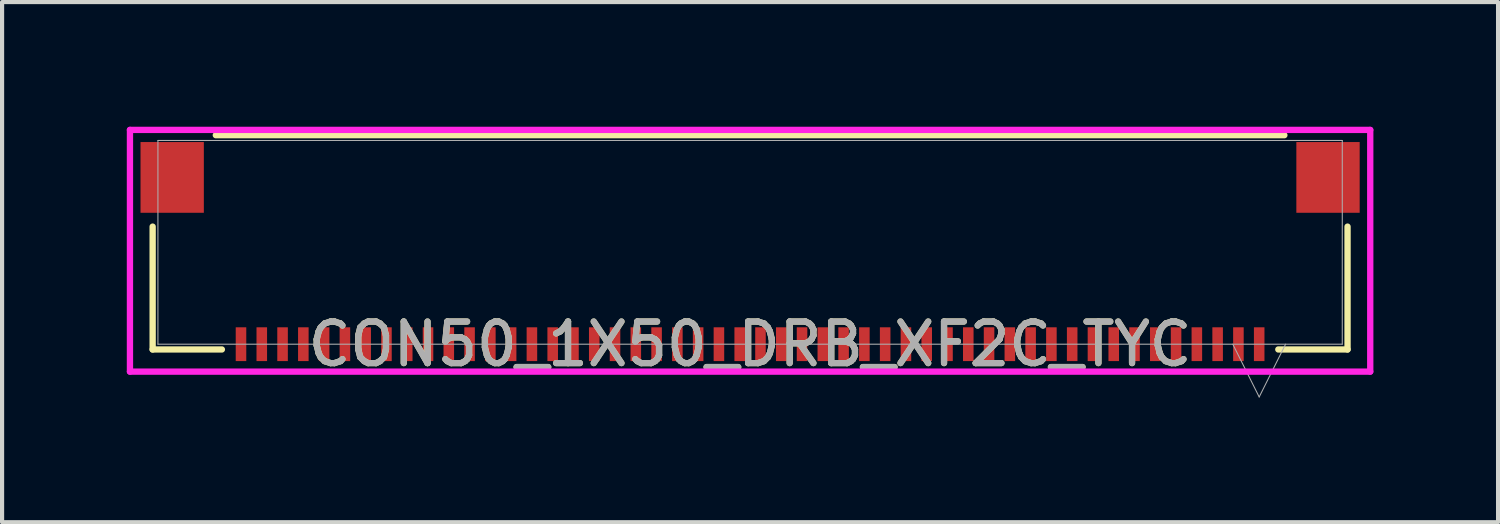
<source format=kicad_pcb>
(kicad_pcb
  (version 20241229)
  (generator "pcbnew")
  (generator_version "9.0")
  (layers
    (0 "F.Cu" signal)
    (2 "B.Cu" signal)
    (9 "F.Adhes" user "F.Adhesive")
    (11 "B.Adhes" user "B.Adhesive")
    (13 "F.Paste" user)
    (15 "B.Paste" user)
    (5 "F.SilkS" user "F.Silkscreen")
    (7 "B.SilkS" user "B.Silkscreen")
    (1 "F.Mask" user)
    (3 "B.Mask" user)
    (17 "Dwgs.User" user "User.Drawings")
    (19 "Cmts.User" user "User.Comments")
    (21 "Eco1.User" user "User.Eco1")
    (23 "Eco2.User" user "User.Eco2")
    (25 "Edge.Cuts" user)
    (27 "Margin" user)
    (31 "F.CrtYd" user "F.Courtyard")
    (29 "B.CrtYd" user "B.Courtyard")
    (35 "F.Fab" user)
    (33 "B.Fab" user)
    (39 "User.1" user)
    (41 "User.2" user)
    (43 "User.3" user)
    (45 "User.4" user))
  (footprint "CON50_1X50_DRB_XF2C_TYC"
    (layer "F.Cu")
    (at 14.999 2.781)
    (property "Reference" "CON50_1X50_DRB_XF2C_TYC" (at 0 2.451 0) (unlocked yes) (layer "F.SilkS") (effects (font (size 1 1) (thickness 0.15))))
    (attr smd)
    (fp_line (start -14.376 -0.378) (end -14.376 2.578) (stroke (width 0.152) (type solid)) (layer "F.SilkS"))
    (fp_line (start -14.376 2.578) (end -12.71 2.578) (stroke (width 0.152) (type solid)) (layer "F.SilkS"))
    (fp_line (start 12.71 2.578) (end 14.376 2.578) (stroke (width 0.152) (type solid)) (layer "F.SilkS"))
    (fp_line (start 12.856 -2.578) (end -12.856 -2.578) (stroke (width 0.152) (type solid)) (layer "F.SilkS"))
    (fp_line (start 14.376 2.578) (end 14.376 -0.378) (stroke (width 0.152) (type solid)) (layer "F.SilkS"))
    (fp_line (start -14.922 -2.705) (end -14.922 3.111) (stroke (width 0.152) (type solid)) (layer "F.CrtYd"))
    (fp_line (start -14.922 3.111) (end 14.922 3.111) (stroke (width 0.152) (type solid)) (layer "F.CrtYd"))
    (fp_line (start 14.922 -2.705) (end -14.922 -2.705) (stroke (width 0.152) (type solid)) (layer "F.CrtYd"))
    (fp_line (start 14.922 3.111) (end 14.922 -2.705) (stroke (width 0.152) (type solid)) (layer "F.CrtYd"))
    (fp_line (start -14.249 -2.451) (end -14.249 2.451) (stroke (width 0.025) (type solid)) (layer "F.Fab"))
    (fp_line (start -14.249 2.451) (end 14.249 2.451) (stroke (width 0.025) (type solid)) (layer "F.Fab"))
    (fp_line (start 11.615 2.451) (end 12.25 3.721) (stroke (width 0.025) (type solid)) (layer "F.Fab"))
    (fp_line (start 12.885 2.451) (end 12.25 3.721) (stroke (width 0.025) (type solid)) (layer "F.Fab"))
    (fp_line (start 14.249 -2.451) (end -14.249 -2.451) (stroke (width 0.025) (type solid)) (layer "F.Fab"))
    (fp_line (start 14.249 2.451) (end 14.249 -2.451) (stroke (width 0.025) (type solid)) (layer "F.Fab"))
    (fp_text user "${REFERENCE}" (at 0 2.451 0) (unlocked yes) (layer "F.Fab") (effects (font (size 1 1) (thickness 0.15))))
    (pad "1" smd rect (at 12.25 2.451) (size 0.254 0.813) (layers "F.Cu" "F.Mask" "F.Paste"))
    (pad "2" smd rect (at 11.75 2.451) (size 0.254 0.813) (layers "F.Cu" "F.Mask" "F.Paste"))
    (pad "3" smd rect (at 11.25 2.451) (size 0.254 0.813) (layers "F.Cu" "F.Mask" "F.Paste"))
    (pad "4" smd rect (at 10.75 2.451) (size 0.254 0.813) (layers "F.Cu" "F.Mask" "F.Paste"))
    (pad "5" smd rect (at 10.25 2.451) (size 0.254 0.813) (layers "F.Cu" "F.Mask" "F.Paste"))
    (pad "6" smd rect (at 9.75 2.451) (size 0.254 0.813) (layers "F.Cu" "F.Mask" "F.Paste"))
    (pad "7" smd rect (at 9.25 2.451) (size 0.254 0.813) (layers "F.Cu" "F.Mask" "F.Paste"))
    (pad "8" smd rect (at 8.75 2.451) (size 0.254 0.813) (layers "F.Cu" "F.Mask" "F.Paste"))
    (pad "9" smd rect (at 8.25 2.451) (size 0.254 0.813) (layers "F.Cu" "F.Mask" "F.Paste"))
    (pad "10" smd rect (at 7.75 2.451) (size 0.254 0.813) (layers "F.Cu" "F.Mask" "F.Paste"))
    (pad "11" smd rect (at 7.25 2.451) (size 0.254 0.813) (layers "F.Cu" "F.Mask" "F.Paste"))
    (pad "12" smd rect (at 6.75 2.451) (size 0.254 0.813) (layers "F.Cu" "F.Mask" "F.Paste"))
    (pad "13" smd rect (at 6.25 2.451) (size 0.254 0.813) (layers "F.Cu" "F.Mask" "F.Paste"))
    (pad "14" smd rect (at 5.75 2.451) (size 0.254 0.813) (layers "F.Cu" "F.Mask" "F.Paste"))
    (pad "15" smd rect (at 5.25 2.451) (size 0.254 0.813) (layers "F.Cu" "F.Mask" "F.Paste"))
    (pad "16" smd rect (at 4.75 2.451) (size 0.254 0.813) (layers "F.Cu" "F.Mask" "F.Paste"))
    (pad "17" smd rect (at 4.25 2.451) (size 0.254 0.813) (layers "F.Cu" "F.Mask" "F.Paste"))
    (pad "18" smd rect (at 3.75 2.451) (size 0.254 0.813) (layers "F.Cu" "F.Mask" "F.Paste"))
    (pad "19" smd rect (at 3.25 2.451) (size 0.254 0.813) (layers "F.Cu" "F.Mask" "F.Paste"))
    (pad "20" smd rect (at 2.75 2.451) (size 0.254 0.813) (layers "F.Cu" "F.Mask" "F.Paste"))
    (pad "21" smd rect (at 2.25 2.451) (size 0.254 0.813) (layers "F.Cu" "F.Mask" "F.Paste"))
    (pad "22" smd rect (at 1.75 2.451) (size 0.254 0.813) (layers "F.Cu" "F.Mask" "F.Paste"))
    (pad "23" smd rect (at 1.25 2.451) (size 0.254 0.813) (layers "F.Cu" "F.Mask" "F.Paste"))
    (pad "24" smd rect (at 0.75 2.451) (size 0.254 0.813) (layers "F.Cu" "F.Mask" "F.Paste"))
    (pad "25" smd rect (at 0.25 2.451) (size 0.254 0.813) (layers "F.Cu" "F.Mask" "F.Paste"))
    (pad "26" smd rect (at -0.25 2.451) (size 0.254 0.813) (layers "F.Cu" "F.Mask" "F.Paste"))
    (pad "27" smd rect (at -0.75 2.451) (size 0.254 0.813) (layers "F.Cu" "F.Mask" "F.Paste"))
    (pad "28" smd rect (at -1.25 2.451) (size 0.254 0.813) (layers "F.Cu" "F.Mask" "F.Paste"))
    (pad "29" smd rect (at -1.75 2.451) (size 0.254 0.813) (layers "F.Cu" "F.Mask" "F.Paste"))
    (pad "30" smd rect (at -2.25 2.451) (size 0.254 0.813) (layers "F.Cu" "F.Mask" "F.Paste"))
    (pad "31" smd rect (at -2.75 2.451) (size 0.254 0.813) (layers "F.Cu" "F.Mask" "F.Paste"))
    (pad "32" smd rect (at -3.25 2.451) (size 0.254 0.813) (layers "F.Cu" "F.Mask" "F.Paste"))
    (pad "33" smd rect (at -3.75 2.451) (size 0.254 0.813) (layers "F.Cu" "F.Mask" "F.Paste"))
    (pad "34" smd rect (at -4.25 2.451) (size 0.254 0.813) (layers "F.Cu" "F.Mask" "F.Paste"))
    (pad "35" smd rect (at -4.75 2.451) (size 0.254 0.813) (layers "F.Cu" "F.Mask" "F.Paste"))
    (pad "36" smd rect (at -5.25 2.451) (size 0.254 0.813) (layers "F.Cu" "F.Mask" "F.Paste"))
    (pad "37" smd rect (at -5.75 2.451) (size 0.254 0.813) (layers "F.Cu" "F.Mask" "F.Paste"))
    (pad "38" smd rect (at -6.25 2.451) (size 0.254 0.813) (layers "F.Cu" "F.Mask" "F.Paste"))
    (pad "39" smd rect (at -6.75 2.451) (size 0.254 0.813) (layers "F.Cu" "F.Mask" "F.Paste"))
    (pad "40" smd rect (at -7.25 2.451) (size 0.254 0.813) (layers "F.Cu" "F.Mask" "F.Paste"))
    (pad "41" smd rect (at -7.75 2.451) (size 0.254 0.813) (layers "F.Cu" "F.Mask" "F.Paste"))
    (pad "42" smd rect (at -8.25 2.451) (size 0.254 0.813) (layers "F.Cu" "F.Mask" "F.Paste"))
    (pad "43" smd rect (at -8.75 2.451) (size 0.254 0.813) (layers "F.Cu" "F.Mask" "F.Paste"))
    (pad "44" smd rect (at -9.25 2.451) (size 0.254 0.813) (layers "F.Cu" "F.Mask" "F.Paste"))
    (pad "45" smd rect (at -9.75 2.451) (size 0.254 0.813) (layers "F.Cu" "F.Mask" "F.Paste"))
    (pad "46" smd rect (at -10.25 2.451) (size 0.254 0.813) (layers "F.Cu" "F.Mask" "F.Paste"))
    (pad "47" smd rect (at -10.75 2.451) (size 0.254 0.813) (layers "F.Cu" "F.Mask" "F.Paste"))
    (pad "48" smd rect (at -11.25 2.451) (size 0.254 0.813) (layers "F.Cu" "F.Mask" "F.Paste"))
    (pad "49" smd rect (at -11.75 2.451) (size 0.254 0.813) (layers "F.Cu" "F.Mask" "F.Paste"))
    (pad "50" smd rect (at -12.25 2.451) (size 0.254 0.813) (layers "F.Cu" "F.Mask" "F.Paste"))
    (pad "51" smd rect (at -13.906 -1.562) (size 1.524 1.702) (layers "F.Cu" "F.Mask" "F.Paste"))
    (pad "52" smd rect (at 13.906 -1.562) (size 1.524 1.702) (layers "F.Cu" "F.Mask" "F.Paste")))
  (gr_rect
    (start -3 -3)
    (end 32.997 9.515)
    (stroke (width 0.1) (type default))
    (fill no)
    (layer "Edge.Cuts")))
</source>
